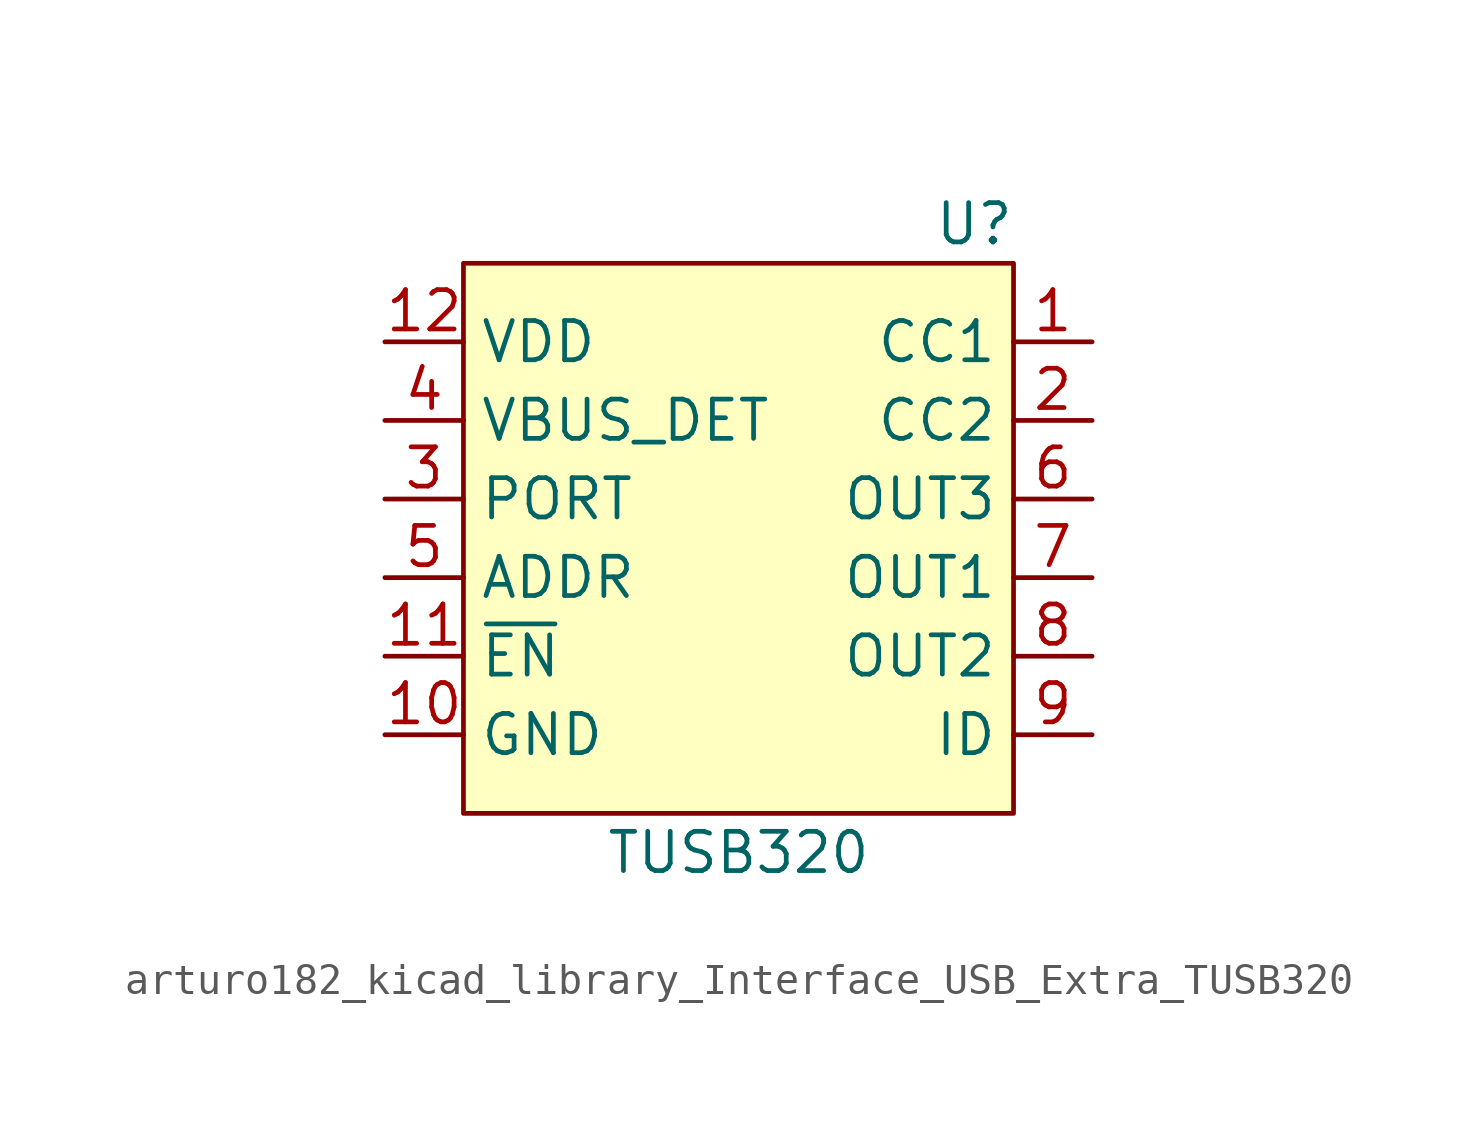
<source format=kicad_sym>
(kicad_symbol_lib
  (version 20220914)
  (generator kicad_symbol_editor)
  (symbol "arturo182_kicad_library_Interface_USB_Extra_TUSB320"
    (property "Reference" "U"
      (at 7.62 11.43 0)
      (effects (font (size 1.27 1.27))))
    (property "Value" "TUSB320"
      (at 0 -8.89 0)
      (effects (font (size 1.27 1.27))))
    (symbol "arturo182_kicad_library_Interface_USB_Extra_TUSB320_0_0"
      (pin bidirectional line (at 11.43 7.62 180) (length 2.54) (name "CC1" (effects (font (size 1.27 1.27)))) (number "1" (effects (font (size 1.27 1.27)))))
      (pin power_in line (at -11.43 -5.08 0) (length 2.54) (name "GND" (effects (font (size 1.27 1.27)))) (number "10" (effects (font (size 1.27 1.27)))))
      (pin input line (at -11.43 -2.54 0) (length 2.54) (name "~{EN}" (effects (font (size 1.27 1.27)))) (number "11" (effects (font (size 1.27 1.27)))))
      (pin power_in line (at -11.43 7.62 0) (length 2.54) (name "VDD" (effects (font (size 1.27 1.27)))) (number "12" (effects (font (size 1.27 1.27)))))
      (pin bidirectional line (at 11.43 5.08 180) (length 2.54) (name "CC2" (effects (font (size 1.27 1.27)))) (number "2" (effects (font (size 1.27 1.27)))))
      (pin input line (at -11.43 2.54 0) (length 2.54) (name "PORT" (effects (font (size 1.27 1.27)))) (number "3" (effects (font (size 1.27 1.27)))))
      (pin input line (at -11.43 5.08 0) (length 2.54) (name "VBUS_DET" (effects (font (size 1.27 1.27)))) (number "4" (effects (font (size 1.27 1.27)))))
      (pin input line (at -11.43 0 0) (length 2.54) (name "ADDR" (effects (font (size 1.27 1.27)))) (number "5" (effects (font (size 1.27 1.27)))))
      (pin output line (at 11.43 2.54 180) (length 2.54) (name "OUT3" (effects (font (size 1.27 1.27)))) (number "6" (effects (font (size 1.27 1.27)))))
      (pin bidirectional line (at 11.43 0 180) (length 2.54) (name "OUT1" (effects (font (size 1.27 1.27)))) (number "7" (effects (font (size 1.27 1.27)))))
      (pin bidirectional line (at 11.43 -2.54 180) (length 2.54) (name "OUT2" (effects (font (size 1.27 1.27)))) (number "8" (effects (font (size 1.27 1.27)))))
      (pin output line (at 11.43 -5.08 180) (length 2.54) (name "ID" (effects (font (size 1.27 1.27)))) (number "9" (effects (font (size 1.27 1.27))))))
    (symbol "arturo182_kicad_library_Interface_USB_Extra_TUSB320_1_1"
      (rectangle (start -8.89 10.16) (end 8.89 -7.62) (stroke (width 0) (type default)) (fill (type background))))))
</source>
